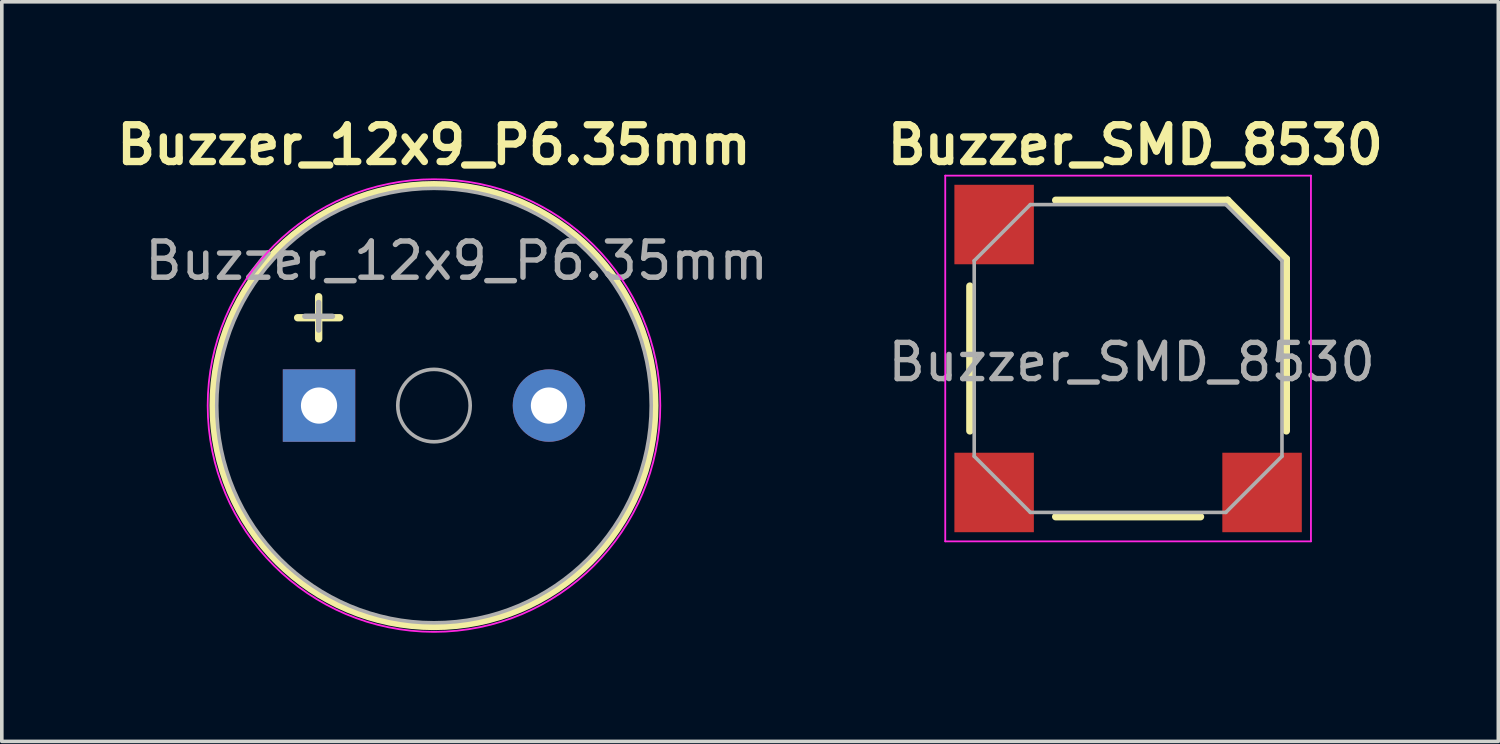
<source format=kicad_pcb>
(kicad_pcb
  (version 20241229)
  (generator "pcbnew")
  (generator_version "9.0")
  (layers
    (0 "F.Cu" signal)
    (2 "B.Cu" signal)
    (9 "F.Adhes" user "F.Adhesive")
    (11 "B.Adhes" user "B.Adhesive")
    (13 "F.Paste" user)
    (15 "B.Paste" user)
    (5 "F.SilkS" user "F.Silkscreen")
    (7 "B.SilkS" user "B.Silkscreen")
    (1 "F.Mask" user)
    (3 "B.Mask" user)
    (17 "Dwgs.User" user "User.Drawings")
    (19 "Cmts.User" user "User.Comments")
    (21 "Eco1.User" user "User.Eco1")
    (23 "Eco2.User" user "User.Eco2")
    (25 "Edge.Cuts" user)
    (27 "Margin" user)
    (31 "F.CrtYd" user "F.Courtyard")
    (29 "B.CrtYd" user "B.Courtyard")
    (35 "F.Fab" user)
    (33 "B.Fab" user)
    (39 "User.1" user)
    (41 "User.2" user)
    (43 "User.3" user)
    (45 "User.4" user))
  (footprint "Buzzer_12x9_P6.35mm"
    (layer "F.Cu")
    (at 5.761 8.151)
    (property "Reference" "Buzzer_12x9_P6.35mm" (at 3.175 -7.2 0) (layer "F.SilkS") (effects (font (size 1.016 1.016) (thickness 0.203))))
    (attr through_hole)
    (fp_circle (center 3.175 0) (end 9.275 0) (stroke (width 0.203) (type solid)) (fill no) (layer "F.SilkS"))
    (fp_circle (center 3.175 0) (end 9.425 0) (stroke (width 0.05) (type solid)) (fill no) (layer "F.CrtYd"))
    (fp_circle (center 3.175 0) (end 4.175 0) (stroke (width 0.1) (type solid)) (fill no) (layer "F.Fab"))
    (fp_circle (center 3.175 0) (end 9.175 0) (stroke (width 0.1) (type solid)) (fill no) (layer "F.Fab"))
    (fp_text user "+" (at -0.01 -2.54 0) (layer "F.SilkS") (effects (font (size 1.524 1.524) (thickness 0.203))))
    (fp_text user "${REFERENCE}" (at 3.8 -4 0) (layer "F.Fab") (effects (font (size 1 1) (thickness 0.15))))
    (fp_text user "+" (at -0.01 -2.54 0) (layer "F.Fab") (effects (font (size 1 1) (thickness 0.15))))
    (pad "1" thru_hole rect (at 0 0) (size 2 2) (drill 1) (layers "*.Cu" "*.Mask"))
    (pad "2" thru_hole circle (at 6.35 0) (size 2 2) (drill 1) (layers "*.Cu" "*.Mask")))
  (footprint "Buzzer_SMD_8530"
    (layer "F.Cu")
    (at 28.106 6.851)
    (property "Reference" "Buzzer_SMD_8530" (at 0.2 -5.9 0) (layer "F.SilkS") (effects (font (size 1.016 1.016) (thickness 0.203))))
    (attr smd)
    (fp_line (start -4.37 -2) (end -4.37 2) (stroke (width 0.203) (type solid)) (layer "F.SilkS"))
    (fp_line (start -2 4.37) (end 2 4.37) (stroke (width 0.203) (type solid)) (layer "F.SilkS"))
    (fp_line (start 2.75 -4.37) (end -2 -4.37) (stroke (width 0.203) (type solid)) (layer "F.SilkS"))
    (fp_line (start 2.75 -4.37) (end 4.37 -2.75) (stroke (width 0.203) (type solid)) (layer "F.SilkS"))
    (fp_line (start 4.37 2) (end 4.37 -2.75) (stroke (width 0.203) (type solid)) (layer "F.SilkS"))
    (fp_line (start -5.05 -5.05) (end 5.05 -5.05) (stroke (width 0.05) (type solid)) (layer "F.CrtYd"))
    (fp_line (start -5.05 5.05) (end -5.05 -5.05) (stroke (width 0.05) (type solid)) (layer "F.CrtYd"))
    (fp_line (start 5.05 -5.05) (end 5.05 5.05) (stroke (width 0.05) (type solid)) (layer "F.CrtYd"))
    (fp_line (start 5.05 5.05) (end -5.05 5.05) (stroke (width 0.05) (type solid)) (layer "F.CrtYd"))
    (fp_line (start -4.25 -2.7) (end -2.7 -4.25) (stroke (width 0.1) (type solid)) (layer "F.Fab"))
    (fp_line (start -4.25 2.7) (end -4.25 -2.7) (stroke (width 0.1) (type solid)) (layer "F.Fab"))
    (fp_line (start -2.7 -4.25) (end 2.7 -4.25) (stroke (width 0.1) (type solid)) (layer "F.Fab"))
    (fp_line (start -2.7 4.25) (end -4.25 2.7) (stroke (width 0.1) (type solid)) (layer "F.Fab"))
    (fp_line (start 2.7 -4.25) (end 4.25 -2.7) (stroke (width 0.1) (type solid)) (layer "F.Fab"))
    (fp_line (start 2.7 4.25) (end -2.7 4.25) (stroke (width 0.1) (type solid)) (layer "F.Fab"))
    (fp_line (start 4.25 -2.7) (end 4.25 2.7) (stroke (width 0.1) (type solid)) (layer "F.Fab"))
    (fp_line (start 4.25 2.7) (end 2.7 4.25) (stroke (width 0.1) (type solid)) (layer "F.Fab"))
    (fp_text user "${REFERENCE}" (at 0.1 0.1 0) (layer "F.Fab") (effects (font (size 1 1) (thickness 0.15))))
    (pad "1" smd rect (at -3.7 -3.7 270) (size 2.195 2.195) (layers "F.Cu" "F.Mask" "F.Paste"))
    (pad "2" smd rect (at -3.7 3.7 270) (size 2.195 2.195) (layers "F.Cu" "F.Mask" "F.Paste"))
    (pad "3" smd rect (at 3.7 3.7 270) (size 2.195 2.195) (layers "F.Cu" "F.Mask" "F.Paste")))
  (gr_rect
    (start -3 -3)
    (end 38.331 17.426)
    (stroke (width 0.1) (type default))
    (fill no)
    (layer "Edge.Cuts")))
</source>
